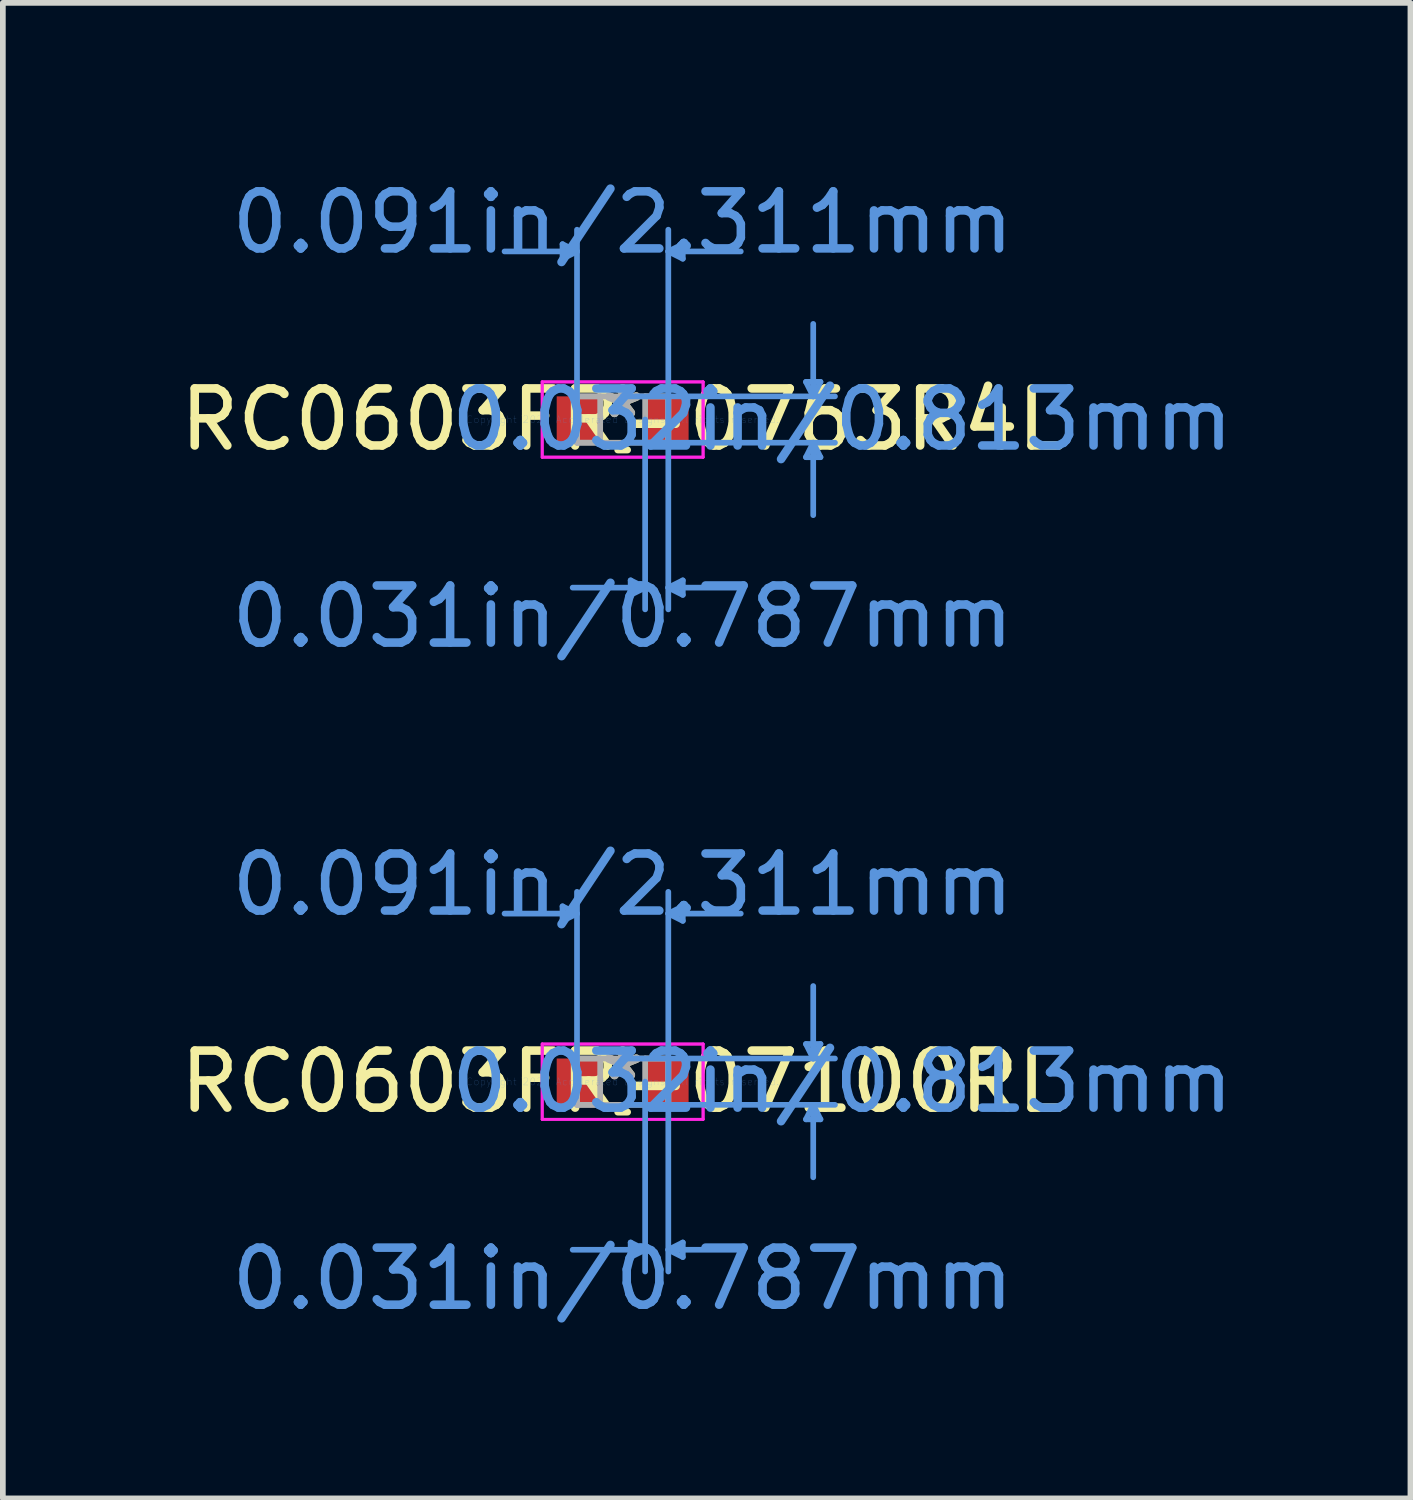
<source format=kicad_pcb>
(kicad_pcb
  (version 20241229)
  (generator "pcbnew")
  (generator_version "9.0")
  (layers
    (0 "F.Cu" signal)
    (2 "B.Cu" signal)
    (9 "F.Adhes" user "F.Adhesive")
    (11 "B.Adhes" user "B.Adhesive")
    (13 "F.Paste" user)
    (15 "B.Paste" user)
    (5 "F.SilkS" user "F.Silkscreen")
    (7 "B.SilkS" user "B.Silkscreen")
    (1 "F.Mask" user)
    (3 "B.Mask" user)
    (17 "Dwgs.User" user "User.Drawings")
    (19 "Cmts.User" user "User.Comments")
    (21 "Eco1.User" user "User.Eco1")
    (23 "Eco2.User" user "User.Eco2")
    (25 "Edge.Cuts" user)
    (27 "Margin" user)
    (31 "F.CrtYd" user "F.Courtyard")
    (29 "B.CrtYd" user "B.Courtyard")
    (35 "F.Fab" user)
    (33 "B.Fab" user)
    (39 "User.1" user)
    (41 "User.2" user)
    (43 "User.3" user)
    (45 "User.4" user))
  (footprint "RC0603FR-07100RL"
    (layer "F.Cu")
    (at 7.863 15.908)
    (property "Reference" "RC0603FR-07100RL" (at 0 0 0) (layer "F.SilkS") (effects (font (size 1 1) (thickness 0.15))))
    (attr through_hole)
    (fp_line (start -0.086 0.533) (end 0.086 0.533) (stroke (width 0.12) (type solid)) (layer "F.SilkS"))
    (fp_line (start 0.086 -0.533) (end -0.086 -0.533) (stroke (width 0.12) (type solid)) (layer "F.SilkS"))
    (fp_line (start -1.054 -3.073) (end -1.054 -2.819) (stroke (width 0.1) (type solid)) (layer "Cmts.User"))
    (fp_line (start -0.8 -2.946) (end -2.07 -2.946) (stroke (width 0.1) (type solid)) (layer "Cmts.User"))
    (fp_line (start -0.8 -2.946) (end -1.054 -3.073) (stroke (width 0.1) (type solid)) (layer "Cmts.User"))
    (fp_line (start -0.8 -2.946) (end -1.054 -2.819) (stroke (width 0.1) (type solid)) (layer "Cmts.User"))
    (fp_line (start -0.8 0) (end -0.8 -3.327) (stroke (width 0.1) (type solid)) (layer "Cmts.User"))
    (fp_line (start 0 -0.406) (end 3.721 -0.406) (stroke (width 0.1) (type solid)) (layer "Cmts.User"))
    (fp_line (start 0 0.406) (end 3.721 0.406) (stroke (width 0.1) (type solid)) (layer "Cmts.User"))
    (fp_line (start 0.14 2.819) (end 0.14 3.073) (stroke (width 0.1) (type solid)) (layer "Cmts.User"))
    (fp_line (start 0.394 0) (end 0.394 3.327) (stroke (width 0.1) (type solid)) (layer "Cmts.User"))
    (fp_line (start 0.394 2.946) (end -0.876 2.946) (stroke (width 0.1) (type solid)) (layer "Cmts.User"))
    (fp_line (start 0.394 2.946) (end 0.14 2.819) (stroke (width 0.1) (type solid)) (layer "Cmts.User"))
    (fp_line (start 0.394 2.946) (end 0.14 3.073) (stroke (width 0.1) (type solid)) (layer "Cmts.User"))
    (fp_line (start 0.8 -2.946) (end 1.054 -3.073) (stroke (width 0.1) (type solid)) (layer "Cmts.User"))
    (fp_line (start 0.8 -2.946) (end 1.054 -2.819) (stroke (width 0.1) (type solid)) (layer "Cmts.User"))
    (fp_line (start 0.8 -2.946) (end 2.07 -2.946) (stroke (width 0.1) (type solid)) (layer "Cmts.User"))
    (fp_line (start 0.8 0) (end 0.8 -3.327) (stroke (width 0.1) (type solid)) (layer "Cmts.User"))
    (fp_line (start 0.8 0) (end 0.8 3.327) (stroke (width 0.1) (type solid)) (layer "Cmts.User"))
    (fp_line (start 0.8 2.946) (end 1.054 2.819) (stroke (width 0.1) (type solid)) (layer "Cmts.User"))
    (fp_line (start 0.8 2.946) (end 1.054 3.073) (stroke (width 0.1) (type solid)) (layer "Cmts.User"))
    (fp_line (start 0.8 2.946) (end 2.07 2.946) (stroke (width 0.1) (type solid)) (layer "Cmts.User"))
    (fp_line (start 1.054 -3.073) (end 1.054 -2.819) (stroke (width 0.1) (type solid)) (layer "Cmts.User"))
    (fp_line (start 1.054 2.819) (end 1.054 3.073) (stroke (width 0.1) (type solid)) (layer "Cmts.User"))
    (fp_line (start 3.213 -0.66) (end 3.467 -0.66) (stroke (width 0.1) (type solid)) (layer "Cmts.User"))
    (fp_line (start 3.213 0.66) (end 3.467 0.66) (stroke (width 0.1) (type solid)) (layer "Cmts.User"))
    (fp_line (start 3.34 -0.406) (end 3.213 -0.66) (stroke (width 0.1) (type solid)) (layer "Cmts.User"))
    (fp_line (start 3.34 -0.406) (end 3.34 -1.676) (stroke (width 0.1) (type solid)) (layer "Cmts.User"))
    (fp_line (start 3.34 -0.406) (end 3.467 -0.66) (stroke (width 0.1) (type solid)) (layer "Cmts.User"))
    (fp_line (start 3.34 0.406) (end 3.213 0.66) (stroke (width 0.1) (type solid)) (layer "Cmts.User"))
    (fp_line (start 3.34 0.406) (end 3.34 1.676) (stroke (width 0.1) (type solid)) (layer "Cmts.User"))
    (fp_line (start 3.34 0.406) (end 3.467 0.66) (stroke (width 0.1) (type solid)) (layer "Cmts.User"))
    (fp_line (start -1.41 -0.66) (end 1.41 -0.66) (stroke (width 0.05) (type solid)) (layer "F.CrtYd"))
    (fp_line (start -1.41 -0.66) (end 1.41 -0.66) (stroke (width 0.05) (type solid)) (layer "F.CrtYd"))
    (fp_line (start -1.41 0.66) (end -1.41 -0.66) (stroke (width 0.05) (type solid)) (layer "F.CrtYd"))
    (fp_line (start -1.41 0.66) (end -1.41 -0.66) (stroke (width 0.05) (type solid)) (layer "F.CrtYd"))
    (fp_line (start 1.41 -0.66) (end 1.41 0.66) (stroke (width 0.05) (type solid)) (layer "F.CrtYd"))
    (fp_line (start 1.41 -0.66) (end 1.41 0.66) (stroke (width 0.05) (type solid)) (layer "F.CrtYd"))
    (fp_line (start 1.41 0.66) (end -1.41 0.66) (stroke (width 0.05) (type solid)) (layer "F.CrtYd"))
    (fp_line (start 1.41 0.66) (end -1.41 0.66) (stroke (width 0.05) (type solid)) (layer "F.CrtYd"))
    (fp_line (start -0.8 -0.406) (end -0.8 0.406) (stroke (width 0.1) (type solid)) (layer "F.Fab"))
    (fp_line (start -0.8 -0.406) (end -0.8 0.406) (stroke (width 0.1) (type solid)) (layer "F.Fab"))
    (fp_line (start -0.8 0.406) (end -0.394 0.406) (stroke (width 0.1) (type solid)) (layer "F.Fab"))
    (fp_line (start -0.8 0.406) (end 0.8 0.406) (stroke (width 0.1) (type solid)) (layer "F.Fab"))
    (fp_line (start -0.394 -0.406) (end -0.8 -0.406) (stroke (width 0.1) (type solid)) (layer "F.Fab"))
    (fp_line (start -0.394 0.406) (end -0.394 -0.406) (stroke (width 0.1) (type solid)) (layer "F.Fab"))
    (fp_line (start 0.394 -0.406) (end 0.394 0.406) (stroke (width 0.1) (type solid)) (layer "F.Fab"))
    (fp_line (start 0.394 0.406) (end 0.8 0.406) (stroke (width 0.1) (type solid)) (layer "F.Fab"))
    (fp_line (start 0.8 -0.406) (end -0.8 -0.406) (stroke (width 0.1) (type solid)) (layer "F.Fab"))
    (fp_line (start 0.8 -0.406) (end 0.394 -0.406) (stroke (width 0.1) (type solid)) (layer "F.Fab"))
    (fp_line (start 0.8 0.406) (end 0.8 -0.406) (stroke (width 0.1) (type solid)) (layer "F.Fab"))
    (fp_line (start 0.8 0.406) (end 0.8 -0.406) (stroke (width 0.1) (type solid)) (layer "F.Fab"))
    (fp_text user "*" (at 0 0 0) (layer "F.SilkS") (effects (font (size 1 1) (thickness 0.15))))
    (fp_text user "Copyright 2021 Accelerated Designs. All rights reserved." (at 0 0 0) (layer "Cmts.User") (effects (font (size 0.127 0.127) (thickness 0.002))))
    (fp_text user "0.091in/2.311mm" (at 0 -3.454 0) (layer "Cmts.User") (effects (font (size 1 1) (thickness 0.15))))
    (fp_text user "0.032in/0.813mm" (at 3.848 0 0) (layer "Cmts.User") (effects (font (size 1 1) (thickness 0.15))))
    (fp_text user "0.031in/0.787mm" (at 0 3.454 0) (layer "Cmts.User") (effects (font (size 1 1) (thickness 0.15))))
    (fp_text user "*" (at 0 0 0) (layer "F.Fab") (effects (font (size 1 1) (thickness 0.15))))
    (pad "1" smd rect (at -0.775 0) (size 0.762 0.813) (layers "F.Cu" "F.Mask" "F.Paste"))
    (pad "2" smd rect (at 0.775 0) (size 0.762 0.813) (layers "F.Cu" "F.Mask" "F.Paste")))
  (footprint "RC0603FR-0763R4L"
    (layer "F.Cu")
    (at 7.863 4.303)
    (property "Reference" "RC0603FR-0763R4L" (at 0 0 0) (layer "F.SilkS") (effects (font (size 1 1) (thickness 0.15))))
    (attr through_hole)
    (fp_line (start -0.086 0.533) (end 0.086 0.533) (stroke (width 0.12) (type solid)) (layer "F.SilkS"))
    (fp_line (start 0.086 -0.533) (end -0.086 -0.533) (stroke (width 0.12) (type solid)) (layer "F.SilkS"))
    (fp_line (start -1.054 -3.073) (end -1.054 -2.819) (stroke (width 0.1) (type solid)) (layer "Cmts.User"))
    (fp_line (start -0.8 -2.946) (end -2.07 -2.946) (stroke (width 0.1) (type solid)) (layer "Cmts.User"))
    (fp_line (start -0.8 -2.946) (end -1.054 -3.073) (stroke (width 0.1) (type solid)) (layer "Cmts.User"))
    (fp_line (start -0.8 -2.946) (end -1.054 -2.819) (stroke (width 0.1) (type solid)) (layer "Cmts.User"))
    (fp_line (start -0.8 0) (end -0.8 -3.327) (stroke (width 0.1) (type solid)) (layer "Cmts.User"))
    (fp_line (start 0 -0.406) (end 3.721 -0.406) (stroke (width 0.1) (type solid)) (layer "Cmts.User"))
    (fp_line (start 0 0.406) (end 3.721 0.406) (stroke (width 0.1) (type solid)) (layer "Cmts.User"))
    (fp_line (start 0.14 2.819) (end 0.14 3.073) (stroke (width 0.1) (type solid)) (layer "Cmts.User"))
    (fp_line (start 0.394 0) (end 0.394 3.327) (stroke (width 0.1) (type solid)) (layer "Cmts.User"))
    (fp_line (start 0.394 2.946) (end -0.876 2.946) (stroke (width 0.1) (type solid)) (layer "Cmts.User"))
    (fp_line (start 0.394 2.946) (end 0.14 2.819) (stroke (width 0.1) (type solid)) (layer "Cmts.User"))
    (fp_line (start 0.394 2.946) (end 0.14 3.073) (stroke (width 0.1) (type solid)) (layer "Cmts.User"))
    (fp_line (start 0.8 -2.946) (end 1.054 -3.073) (stroke (width 0.1) (type solid)) (layer "Cmts.User"))
    (fp_line (start 0.8 -2.946) (end 1.054 -2.819) (stroke (width 0.1) (type solid)) (layer "Cmts.User"))
    (fp_line (start 0.8 -2.946) (end 2.07 -2.946) (stroke (width 0.1) (type solid)) (layer "Cmts.User"))
    (fp_line (start 0.8 0) (end 0.8 -3.327) (stroke (width 0.1) (type solid)) (layer "Cmts.User"))
    (fp_line (start 0.8 0) (end 0.8 3.327) (stroke (width 0.1) (type solid)) (layer "Cmts.User"))
    (fp_line (start 0.8 2.946) (end 1.054 2.819) (stroke (width 0.1) (type solid)) (layer "Cmts.User"))
    (fp_line (start 0.8 2.946) (end 1.054 3.073) (stroke (width 0.1) (type solid)) (layer "Cmts.User"))
    (fp_line (start 0.8 2.946) (end 2.07 2.946) (stroke (width 0.1) (type solid)) (layer "Cmts.User"))
    (fp_line (start 1.054 -3.073) (end 1.054 -2.819) (stroke (width 0.1) (type solid)) (layer "Cmts.User"))
    (fp_line (start 1.054 2.819) (end 1.054 3.073) (stroke (width 0.1) (type solid)) (layer "Cmts.User"))
    (fp_line (start 3.213 -0.66) (end 3.467 -0.66) (stroke (width 0.1) (type solid)) (layer "Cmts.User"))
    (fp_line (start 3.213 0.66) (end 3.467 0.66) (stroke (width 0.1) (type solid)) (layer "Cmts.User"))
    (fp_line (start 3.34 -0.406) (end 3.213 -0.66) (stroke (width 0.1) (type solid)) (layer "Cmts.User"))
    (fp_line (start 3.34 -0.406) (end 3.34 -1.676) (stroke (width 0.1) (type solid)) (layer "Cmts.User"))
    (fp_line (start 3.34 -0.406) (end 3.467 -0.66) (stroke (width 0.1) (type solid)) (layer "Cmts.User"))
    (fp_line (start 3.34 0.406) (end 3.213 0.66) (stroke (width 0.1) (type solid)) (layer "Cmts.User"))
    (fp_line (start 3.34 0.406) (end 3.34 1.676) (stroke (width 0.1) (type solid)) (layer "Cmts.User"))
    (fp_line (start 3.34 0.406) (end 3.467 0.66) (stroke (width 0.1) (type solid)) (layer "Cmts.User"))
    (fp_line (start -1.41 -0.66) (end 1.41 -0.66) (stroke (width 0.05) (type solid)) (layer "F.CrtYd"))
    (fp_line (start -1.41 -0.66) (end 1.41 -0.66) (stroke (width 0.05) (type solid)) (layer "F.CrtYd"))
    (fp_line (start -1.41 0.66) (end -1.41 -0.66) (stroke (width 0.05) (type solid)) (layer "F.CrtYd"))
    (fp_line (start -1.41 0.66) (end -1.41 -0.66) (stroke (width 0.05) (type solid)) (layer "F.CrtYd"))
    (fp_line (start 1.41 -0.66) (end 1.41 0.66) (stroke (width 0.05) (type solid)) (layer "F.CrtYd"))
    (fp_line (start 1.41 -0.66) (end 1.41 0.66) (stroke (width 0.05) (type solid)) (layer "F.CrtYd"))
    (fp_line (start 1.41 0.66) (end -1.41 0.66) (stroke (width 0.05) (type solid)) (layer "F.CrtYd"))
    (fp_line (start 1.41 0.66) (end -1.41 0.66) (stroke (width 0.05) (type solid)) (layer "F.CrtYd"))
    (fp_line (start -0.8 -0.406) (end -0.8 0.406) (stroke (width 0.1) (type solid)) (layer "F.Fab"))
    (fp_line (start -0.8 -0.406) (end -0.8 0.406) (stroke (width 0.1) (type solid)) (layer "F.Fab"))
    (fp_line (start -0.8 0.406) (end -0.394 0.406) (stroke (width 0.1) (type solid)) (layer "F.Fab"))
    (fp_line (start -0.8 0.406) (end 0.8 0.406) (stroke (width 0.1) (type solid)) (layer "F.Fab"))
    (fp_line (start -0.394 -0.406) (end -0.8 -0.406) (stroke (width 0.1) (type solid)) (layer "F.Fab"))
    (fp_line (start -0.394 0.406) (end -0.394 -0.406) (stroke (width 0.1) (type solid)) (layer "F.Fab"))
    (fp_line (start 0.394 -0.406) (end 0.394 0.406) (stroke (width 0.1) (type solid)) (layer "F.Fab"))
    (fp_line (start 0.394 0.406) (end 0.8 0.406) (stroke (width 0.1) (type solid)) (layer "F.Fab"))
    (fp_line (start 0.8 -0.406) (end -0.8 -0.406) (stroke (width 0.1) (type solid)) (layer "F.Fab"))
    (fp_line (start 0.8 -0.406) (end 0.394 -0.406) (stroke (width 0.1) (type solid)) (layer "F.Fab"))
    (fp_line (start 0.8 0.406) (end 0.8 -0.406) (stroke (width 0.1) (type solid)) (layer "F.Fab"))
    (fp_line (start 0.8 0.406) (end 0.8 -0.406) (stroke (width 0.1) (type solid)) (layer "F.Fab"))
    (fp_text user "*" (at 0 0 0) (layer "F.SilkS") (effects (font (size 1 1) (thickness 0.15))))
    (fp_text user "0.031in/0.787mm" (at 0 3.454 0) (layer "Cmts.User") (effects (font (size 1 1) (thickness 0.15))))
    (fp_text user "Copyright 2021 Accelerated Designs. All rights reserved." (at 0 0 0) (layer "Cmts.User") (effects (font (size 0.127 0.127) (thickness 0.002))))
    (fp_text user "0.091in/2.311mm" (at 0 -3.454 0) (layer "Cmts.User") (effects (font (size 1 1) (thickness 0.15))))
    (fp_text user "0.032in/0.813mm" (at 3.848 0 0) (layer "Cmts.User") (effects (font (size 1 1) (thickness 0.15))))
    (fp_text user "*" (at 0 0 0) (layer "F.Fab") (effects (font (size 1 1) (thickness 0.15))))
    (pad "1" smd rect (at -0.775 0) (size 0.762 0.813) (layers "F.Cu" "F.Mask" "F.Paste"))
    (pad "2" smd rect (at 0.775 0) (size 0.762 0.813) (layers "F.Cu" "F.Mask" "F.Paste")))
  (gr_rect
    (start -3 -3)
    (end 21.67 23.211)
    (stroke (width 0.1) (type default))
    (fill no)
    (layer "Edge.Cuts")))
</source>
